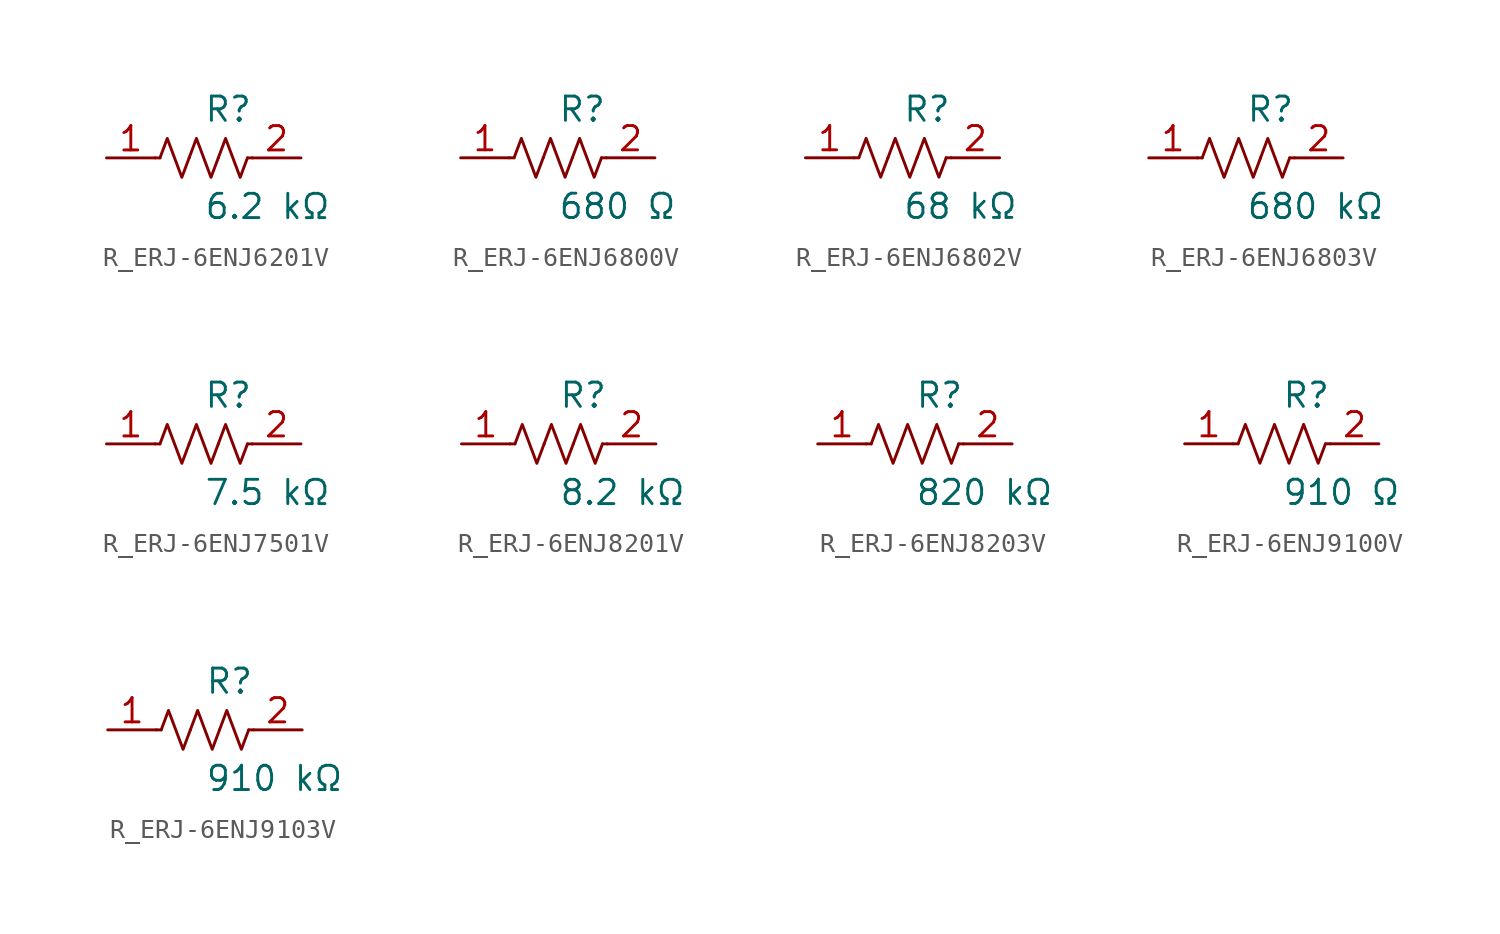
<source format=kicad_sym>
(kicad_symbol_lib
  (version 20231120)
  (generator kicad_symbol_editor)
  (generator_version 8.0)
  (symbol "R_ERJ-6ENJ6201V"
    (pin_names
      (offset 0.254))
    (property "Reference" "R"
      (at 0.0 2.54 0)
      (effects (font (size 1.27 1.27)) (justify left)))
    (property "Value" "6.2 kΩ"
      (at 0.0 -2.54 0)
      (effects (font (size 1.27 1.27)) (justify left)))
    (symbol "R_ERJ-6ENJ6201V_0_1"
      (polyline (pts (xy 2.286 0) (xy 2.54 0)) (stroke (width 0) (type default)) (fill (type none)))
      (polyline (pts (xy -2.286 0) (xy -2.54 0)) (stroke (width 0) (type default)) (fill (type none)))
      (polyline (pts (xy 0.762 0) (xy 1.143 1.016) (xy 1.524 0) (xy 1.905 -1.016) (xy 2.286 0)) (stroke (width 0) (type default)) (fill (type none)))
      (polyline (pts (xy -0.762 0) (xy -0.381 1.016) (xy 0 0) (xy 0.381 -1.016) (xy 0.762 0)) (stroke (width 0) (type default)) (fill (type none)))
      (polyline (pts (xy -2.286 0) (xy -1.905 1.016) (xy -1.524 0) (xy -1.143 -1.016) (xy -0.762 0)) (stroke (width 0) (type default)) (fill (type none))))
    (pin unspecified line
      (at -5.08 0 0)
      (length 2.54)
      (name "" (effects (font (size 1.27 1.27))))
      (number "1" (effects (font (size 1.27 1.27)))))
    (pin unspecified line
      (at 5.08 0 180)
      (length 2.54)
      (name "" (effects (font (size 1.27 1.27))))
      (number "2" (effects (font (size 1.27 1.27))))))
  (symbol "R_ERJ-6ENJ6800V"
    (pin_names
      (offset 0.254))
    (property "Reference" "R"
      (at 0.0 2.54 0)
      (effects (font (size 1.27 1.27)) (justify left)))
    (property "Value" "680 Ω"
      (at 0.0 -2.54 0)
      (effects (font (size 1.27 1.27)) (justify left)))
    (symbol "R_ERJ-6ENJ6800V_0_1"
      (polyline (pts (xy 2.286 0) (xy 2.54 0)) (stroke (width 0) (type default)) (fill (type none)))
      (polyline (pts (xy -2.286 0) (xy -2.54 0)) (stroke (width 0) (type default)) (fill (type none)))
      (polyline (pts (xy 0.762 0) (xy 1.143 1.016) (xy 1.524 0) (xy 1.905 -1.016) (xy 2.286 0)) (stroke (width 0) (type default)) (fill (type none)))
      (polyline (pts (xy -0.762 0) (xy -0.381 1.016) (xy 0 0) (xy 0.381 -1.016) (xy 0.762 0)) (stroke (width 0) (type default)) (fill (type none)))
      (polyline (pts (xy -2.286 0) (xy -1.905 1.016) (xy -1.524 0) (xy -1.143 -1.016) (xy -0.762 0)) (stroke (width 0) (type default)) (fill (type none))))
    (pin unspecified line
      (at -5.08 0 0)
      (length 2.54)
      (name "" (effects (font (size 1.27 1.27))))
      (number "1" (effects (font (size 1.27 1.27)))))
    (pin unspecified line
      (at 5.08 0 180)
      (length 2.54)
      (name "" (effects (font (size 1.27 1.27))))
      (number "2" (effects (font (size 1.27 1.27))))))
  (symbol "R_ERJ-6ENJ6802V"
    (pin_names
      (offset 0.254))
    (property "Reference" "R"
      (at 0.0 2.54 0)
      (effects (font (size 1.27 1.27)) (justify left)))
    (property "Value" "68 kΩ"
      (at 0.0 -2.54 0)
      (effects (font (size 1.27 1.27)) (justify left)))
    (symbol "R_ERJ-6ENJ6802V_0_1"
      (polyline (pts (xy 2.286 0) (xy 2.54 0)) (stroke (width 0) (type default)) (fill (type none)))
      (polyline (pts (xy -2.286 0) (xy -2.54 0)) (stroke (width 0) (type default)) (fill (type none)))
      (polyline (pts (xy 0.762 0) (xy 1.143 1.016) (xy 1.524 0) (xy 1.905 -1.016) (xy 2.286 0)) (stroke (width 0) (type default)) (fill (type none)))
      (polyline (pts (xy -0.762 0) (xy -0.381 1.016) (xy 0 0) (xy 0.381 -1.016) (xy 0.762 0)) (stroke (width 0) (type default)) (fill (type none)))
      (polyline (pts (xy -2.286 0) (xy -1.905 1.016) (xy -1.524 0) (xy -1.143 -1.016) (xy -0.762 0)) (stroke (width 0) (type default)) (fill (type none))))
    (pin unspecified line
      (at -5.08 0 0)
      (length 2.54)
      (name "" (effects (font (size 1.27 1.27))))
      (number "1" (effects (font (size 1.27 1.27)))))
    (pin unspecified line
      (at 5.08 0 180)
      (length 2.54)
      (name "" (effects (font (size 1.27 1.27))))
      (number "2" (effects (font (size 1.27 1.27))))))
  (symbol "R_ERJ-6ENJ6803V"
    (pin_names
      (offset 0.254))
    (property "Reference" "R"
      (at 0.0 2.54 0)
      (effects (font (size 1.27 1.27)) (justify left)))
    (property "Value" "680 kΩ"
      (at 0.0 -2.54 0)
      (effects (font (size 1.27 1.27)) (justify left)))
    (symbol "R_ERJ-6ENJ6803V_0_1"
      (polyline (pts (xy 2.286 0) (xy 2.54 0)) (stroke (width 0) (type default)) (fill (type none)))
      (polyline (pts (xy -2.286 0) (xy -2.54 0)) (stroke (width 0) (type default)) (fill (type none)))
      (polyline (pts (xy 0.762 0) (xy 1.143 1.016) (xy 1.524 0) (xy 1.905 -1.016) (xy 2.286 0)) (stroke (width 0) (type default)) (fill (type none)))
      (polyline (pts (xy -0.762 0) (xy -0.381 1.016) (xy 0 0) (xy 0.381 -1.016) (xy 0.762 0)) (stroke (width 0) (type default)) (fill (type none)))
      (polyline (pts (xy -2.286 0) (xy -1.905 1.016) (xy -1.524 0) (xy -1.143 -1.016) (xy -0.762 0)) (stroke (width 0) (type default)) (fill (type none))))
    (pin unspecified line
      (at -5.08 0 0)
      (length 2.54)
      (name "" (effects (font (size 1.27 1.27))))
      (number "1" (effects (font (size 1.27 1.27)))))
    (pin unspecified line
      (at 5.08 0 180)
      (length 2.54)
      (name "" (effects (font (size 1.27 1.27))))
      (number "2" (effects (font (size 1.27 1.27))))))
  (symbol "R_ERJ-6ENJ7501V"
    (pin_names
      (offset 0.254))
    (property "Reference" "R"
      (at 0.0 2.54 0)
      (effects (font (size 1.27 1.27)) (justify left)))
    (property "Value" "7.5 kΩ"
      (at 0.0 -2.54 0)
      (effects (font (size 1.27 1.27)) (justify left)))
    (symbol "R_ERJ-6ENJ7501V_0_1"
      (polyline (pts (xy 2.286 0) (xy 2.54 0)) (stroke (width 0) (type default)) (fill (type none)))
      (polyline (pts (xy -2.286 0) (xy -2.54 0)) (stroke (width 0) (type default)) (fill (type none)))
      (polyline (pts (xy 0.762 0) (xy 1.143 1.016) (xy 1.524 0) (xy 1.905 -1.016) (xy 2.286 0)) (stroke (width 0) (type default)) (fill (type none)))
      (polyline (pts (xy -0.762 0) (xy -0.381 1.016) (xy 0 0) (xy 0.381 -1.016) (xy 0.762 0)) (stroke (width 0) (type default)) (fill (type none)))
      (polyline (pts (xy -2.286 0) (xy -1.905 1.016) (xy -1.524 0) (xy -1.143 -1.016) (xy -0.762 0)) (stroke (width 0) (type default)) (fill (type none))))
    (pin unspecified line
      (at -5.08 0 0)
      (length 2.54)
      (name "" (effects (font (size 1.27 1.27))))
      (number "1" (effects (font (size 1.27 1.27)))))
    (pin unspecified line
      (at 5.08 0 180)
      (length 2.54)
      (name "" (effects (font (size 1.27 1.27))))
      (number "2" (effects (font (size 1.27 1.27))))))
  (symbol "R_ERJ-6ENJ8201V"
    (pin_names
      (offset 0.254))
    (property "Reference" "R"
      (at 0.0 2.54 0)
      (effects (font (size 1.27 1.27)) (justify left)))
    (property "Value" "8.2 kΩ"
      (at 0.0 -2.54 0)
      (effects (font (size 1.27 1.27)) (justify left)))
    (symbol "R_ERJ-6ENJ8201V_0_1"
      (polyline (pts (xy 2.286 0) (xy 2.54 0)) (stroke (width 0) (type default)) (fill (type none)))
      (polyline (pts (xy -2.286 0) (xy -2.54 0)) (stroke (width 0) (type default)) (fill (type none)))
      (polyline (pts (xy 0.762 0) (xy 1.143 1.016) (xy 1.524 0) (xy 1.905 -1.016) (xy 2.286 0)) (stroke (width 0) (type default)) (fill (type none)))
      (polyline (pts (xy -0.762 0) (xy -0.381 1.016) (xy 0 0) (xy 0.381 -1.016) (xy 0.762 0)) (stroke (width 0) (type default)) (fill (type none)))
      (polyline (pts (xy -2.286 0) (xy -1.905 1.016) (xy -1.524 0) (xy -1.143 -1.016) (xy -0.762 0)) (stroke (width 0) (type default)) (fill (type none))))
    (pin unspecified line
      (at -5.08 0 0)
      (length 2.54)
      (name "" (effects (font (size 1.27 1.27))))
      (number "1" (effects (font (size 1.27 1.27)))))
    (pin unspecified line
      (at 5.08 0 180)
      (length 2.54)
      (name "" (effects (font (size 1.27 1.27))))
      (number "2" (effects (font (size 1.27 1.27))))))
  (symbol "R_ERJ-6ENJ8203V"
    (pin_names
      (offset 0.254))
    (property "Reference" "R"
      (at 0.0 2.54 0)
      (effects (font (size 1.27 1.27)) (justify left)))
    (property "Value" "820 kΩ"
      (at 0.0 -2.54 0)
      (effects (font (size 1.27 1.27)) (justify left)))
    (symbol "R_ERJ-6ENJ8203V_0_1"
      (polyline (pts (xy 2.286 0) (xy 2.54 0)) (stroke (width 0) (type default)) (fill (type none)))
      (polyline (pts (xy -2.286 0) (xy -2.54 0)) (stroke (width 0) (type default)) (fill (type none)))
      (polyline (pts (xy 0.762 0) (xy 1.143 1.016) (xy 1.524 0) (xy 1.905 -1.016) (xy 2.286 0)) (stroke (width 0) (type default)) (fill (type none)))
      (polyline (pts (xy -0.762 0) (xy -0.381 1.016) (xy 0 0) (xy 0.381 -1.016) (xy 0.762 0)) (stroke (width 0) (type default)) (fill (type none)))
      (polyline (pts (xy -2.286 0) (xy -1.905 1.016) (xy -1.524 0) (xy -1.143 -1.016) (xy -0.762 0)) (stroke (width 0) (type default)) (fill (type none))))
    (pin unspecified line
      (at -5.08 0 0)
      (length 2.54)
      (name "" (effects (font (size 1.27 1.27))))
      (number "1" (effects (font (size 1.27 1.27)))))
    (pin unspecified line
      (at 5.08 0 180)
      (length 2.54)
      (name "" (effects (font (size 1.27 1.27))))
      (number "2" (effects (font (size 1.27 1.27))))))
  (symbol "R_ERJ-6ENJ9100V"
    (pin_names
      (offset 0.254))
    (property "Reference" "R"
      (at 0.0 2.54 0)
      (effects (font (size 1.27 1.27)) (justify left)))
    (property "Value" "910 Ω"
      (at 0.0 -2.54 0)
      (effects (font (size 1.27 1.27)) (justify left)))
    (symbol "R_ERJ-6ENJ9100V_0_1"
      (polyline (pts (xy 2.286 0) (xy 2.54 0)) (stroke (width 0) (type default)) (fill (type none)))
      (polyline (pts (xy -2.286 0) (xy -2.54 0)) (stroke (width 0) (type default)) (fill (type none)))
      (polyline (pts (xy 0.762 0) (xy 1.143 1.016) (xy 1.524 0) (xy 1.905 -1.016) (xy 2.286 0)) (stroke (width 0) (type default)) (fill (type none)))
      (polyline (pts (xy -0.762 0) (xy -0.381 1.016) (xy 0 0) (xy 0.381 -1.016) (xy 0.762 0)) (stroke (width 0) (type default)) (fill (type none)))
      (polyline (pts (xy -2.286 0) (xy -1.905 1.016) (xy -1.524 0) (xy -1.143 -1.016) (xy -0.762 0)) (stroke (width 0) (type default)) (fill (type none))))
    (pin unspecified line
      (at -5.08 0 0)
      (length 2.54)
      (name "" (effects (font (size 1.27 1.27))))
      (number "1" (effects (font (size 1.27 1.27)))))
    (pin unspecified line
      (at 5.08 0 180)
      (length 2.54)
      (name "" (effects (font (size 1.27 1.27))))
      (number "2" (effects (font (size 1.27 1.27))))))
  (symbol "R_ERJ-6ENJ9103V"
    (pin_names
      (offset 0.254))
    (property "Reference" "R"
      (at 0.0 2.54 0)
      (effects (font (size 1.27 1.27)) (justify left)))
    (property "Value" "910 kΩ"
      (at 0.0 -2.54 0)
      (effects (font (size 1.27 1.27)) (justify left)))
    (symbol "R_ERJ-6ENJ9103V_0_1"
      (polyline (pts (xy 2.286 0) (xy 2.54 0)) (stroke (width 0) (type default)) (fill (type none)))
      (polyline (pts (xy -2.286 0) (xy -2.54 0)) (stroke (width 0) (type default)) (fill (type none)))
      (polyline (pts (xy 0.762 0) (xy 1.143 1.016) (xy 1.524 0) (xy 1.905 -1.016) (xy 2.286 0)) (stroke (width 0) (type default)) (fill (type none)))
      (polyline (pts (xy -0.762 0) (xy -0.381 1.016) (xy 0 0) (xy 0.381 -1.016) (xy 0.762 0)) (stroke (width 0) (type default)) (fill (type none)))
      (polyline (pts (xy -2.286 0) (xy -1.905 1.016) (xy -1.524 0) (xy -1.143 -1.016) (xy -0.762 0)) (stroke (width 0) (type default)) (fill (type none))))
    (pin unspecified line
      (at -5.08 0 0)
      (length 2.54)
      (name "" (effects (font (size 1.27 1.27))))
      (number "1" (effects (font (size 1.27 1.27)))))
    (pin unspecified line
      (at 5.08 0 180)
      (length 2.54)
      (name "" (effects (font (size 1.27 1.27))))
      (number "2" (effects (font (size 1.27 1.27)))))))
</source>
